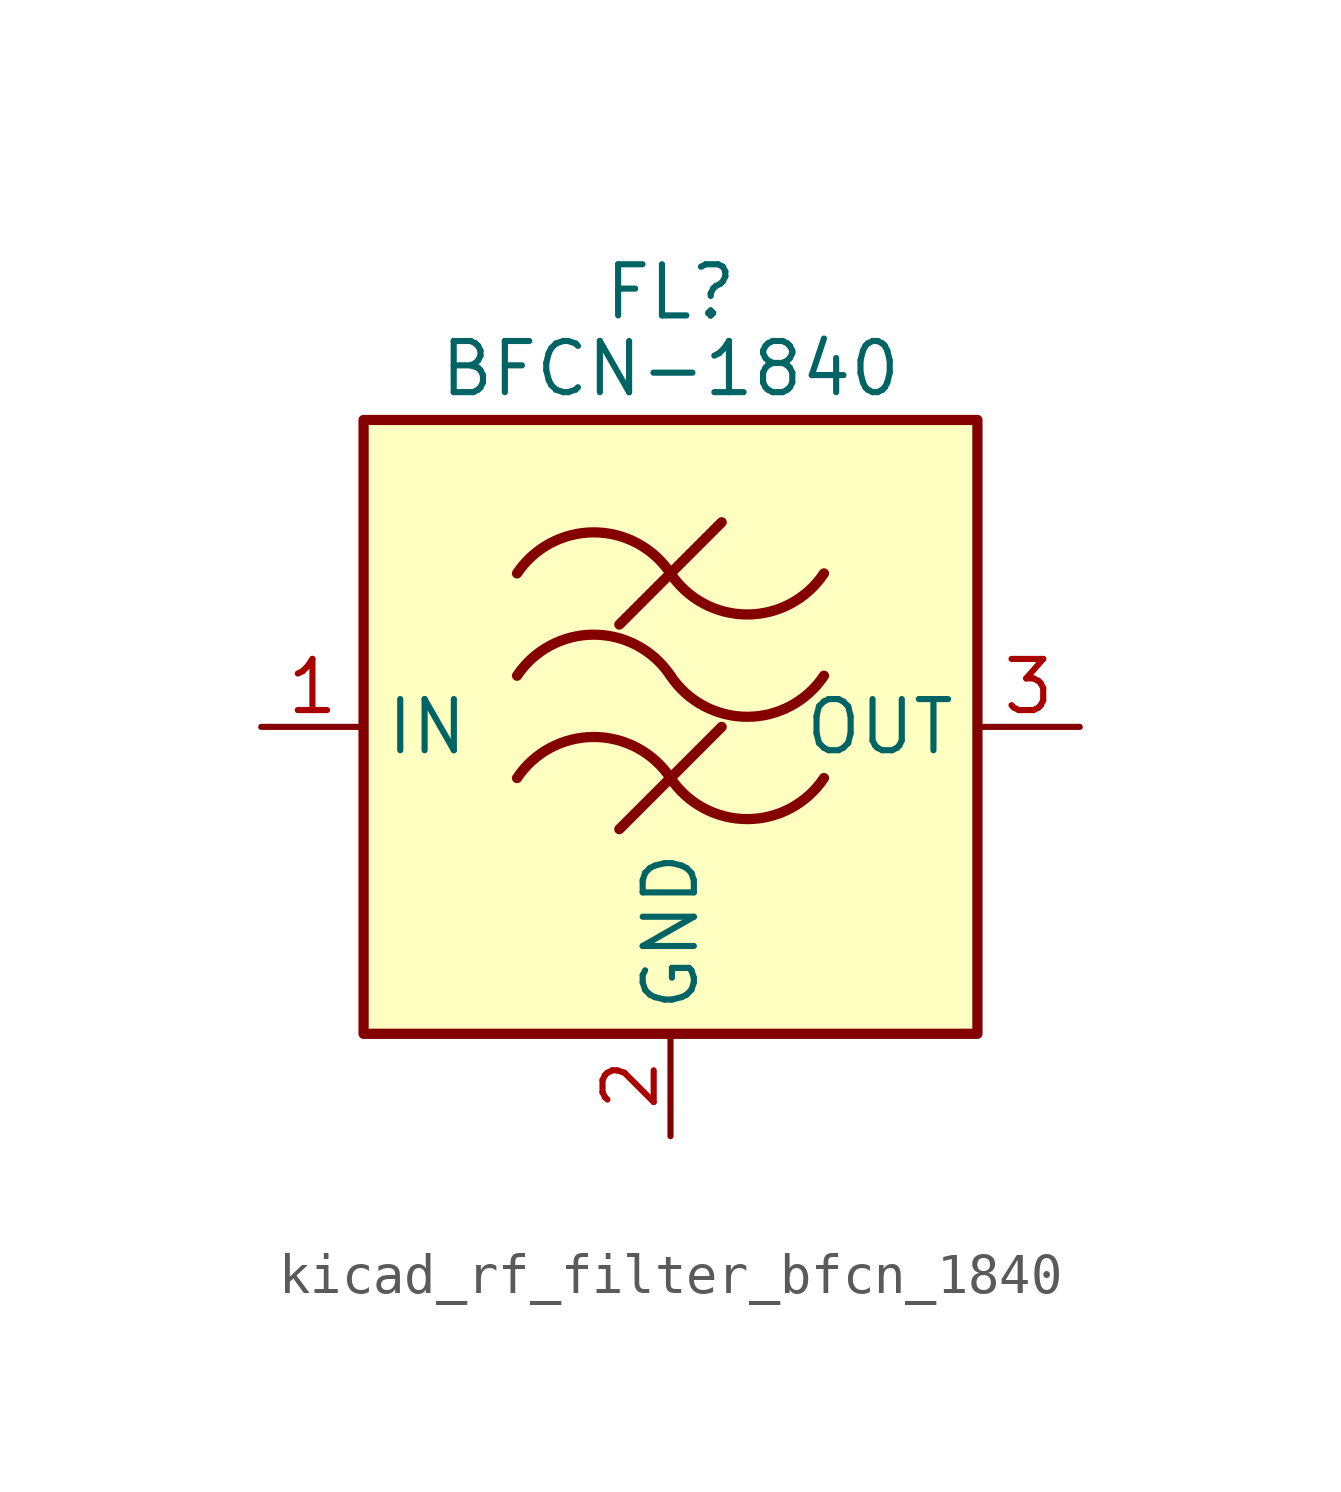
<source format=kicad_sym>
(kicad_symbol_lib
  (version 20220914)
  (generator kicad_symbol_editor)
  (symbol "kicad_rf_filter_bfcn_1840"
    (property "Reference" "FL"
      (at 0 10.795 0)
      (effects (font (size 1.27 1.27))))
    (property "Value" "BFCN-1840"
      (at 0 8.89 0)
      (effects (font (size 1.27 1.27))))
    (symbol "kicad_rf_filter_bfcn_1840_0_1"
      (rectangle (start -7.62 7.62) (end 7.62 -7.62) (stroke (width 0.254) (type default)) (fill (type background)))
      (arc (start 0 -1.27) (mid -1.905 -0.2505) (end -3.81 -1.27) (stroke (width 0.254) (type default)) (fill (type none)))
      (arc (start 0 -1.27) (mid 1.905 -2.2895) (end 3.81 -1.27) (stroke (width 0.254) (type default)) (fill (type none)))
      (polyline (pts (xy -1.27 -2.54) (xy 1.27 0)) (stroke (width 0.254) (type default)) (fill (type none)))
      (polyline (pts (xy -1.27 2.54) (xy 1.27 5.08)) (stroke (width 0.254) (type default)) (fill (type none)))
      (arc (start 0 1.27) (mid -1.905 2.2895) (end -3.81 1.27) (stroke (width 0.254) (type default)) (fill (type none)))
      (arc (start 0 1.27) (mid 1.905 0.2505) (end 3.81 1.27) (stroke (width 0.254) (type default)) (fill (type none)))
      (arc (start 0 3.81) (mid -1.905 4.8295) (end -3.81 3.81) (stroke (width 0.254) (type default)) (fill (type none)))
      (arc (start 0 3.81) (mid 1.905 2.7905) (end 3.81 3.81) (stroke (width 0.254) (type default)) (fill (type none))))
    (symbol "kicad_rf_filter_bfcn_1840_1_1"
      (pin passive line (at -10.16 0 0) (length 2.54) (name "IN" (effects (font (size 1.27 1.27)))) (number "1" (effects (font (size 1.27 1.27)))))
      (pin passive line (at 0 -10.16 90) (length 2.54) (name "GND" (effects (font (size 1.27 1.27)))) (number "2" (effects (font (size 1.27 1.27)))))
      (pin passive line (at 10.16 0 180) (length 2.54) (name "OUT" (effects (font (size 1.27 1.27)))) (number "3" (effects (font (size 1.27 1.27)))))
      (pin passive line (at 0 -10.16 90) (length 2.54) hide (name "GND" (effects (font (size 1.27 1.27)))) (number "4" (effects (font (size 1.27 1.27))))))))
</source>
